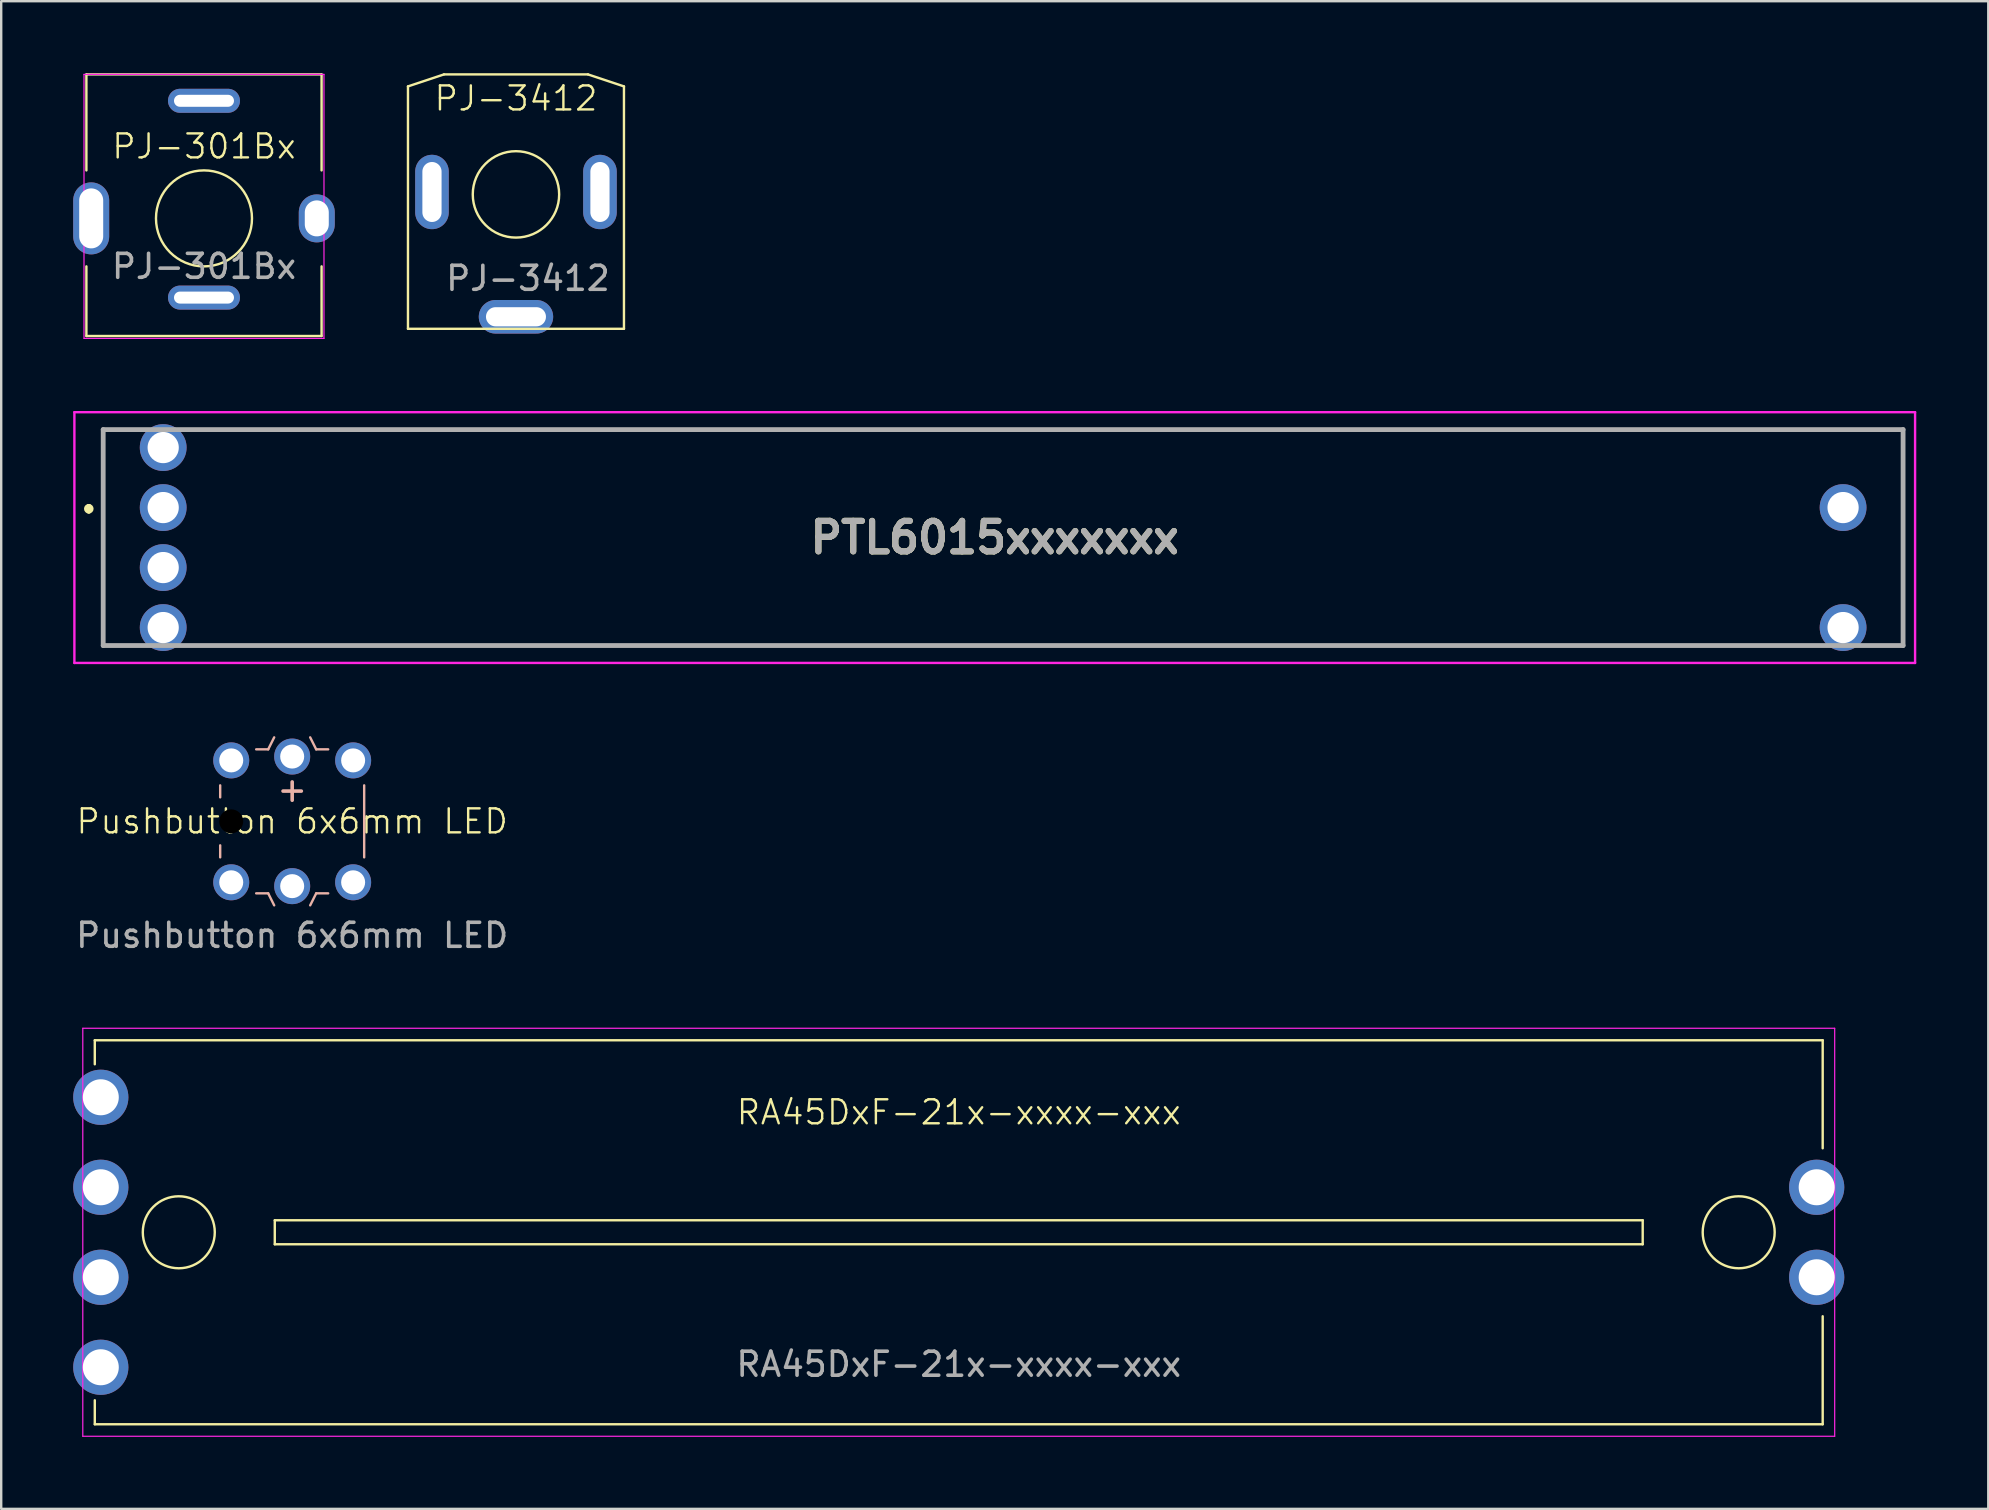
<source format=kicad_pcb>
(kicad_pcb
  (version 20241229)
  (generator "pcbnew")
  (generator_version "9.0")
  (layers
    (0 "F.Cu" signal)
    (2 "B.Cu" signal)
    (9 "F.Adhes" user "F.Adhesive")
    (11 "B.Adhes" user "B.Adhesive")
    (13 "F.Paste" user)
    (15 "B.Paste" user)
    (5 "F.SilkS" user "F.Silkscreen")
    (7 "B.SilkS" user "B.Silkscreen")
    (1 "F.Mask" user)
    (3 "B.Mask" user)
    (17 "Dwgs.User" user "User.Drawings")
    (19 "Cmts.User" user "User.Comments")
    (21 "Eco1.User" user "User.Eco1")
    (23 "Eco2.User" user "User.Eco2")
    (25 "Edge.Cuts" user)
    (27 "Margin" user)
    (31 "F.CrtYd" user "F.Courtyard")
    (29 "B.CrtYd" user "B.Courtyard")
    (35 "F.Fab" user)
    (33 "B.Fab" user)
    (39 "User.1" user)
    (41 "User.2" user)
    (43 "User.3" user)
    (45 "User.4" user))
  (footprint "Pushbutton 6x6mm LED"
    (layer "F.Cu")
    (at 9.125 31.175)
    (property "Reference" "Pushbutton 6x6mm LED" (at 0 0 0) (unlocked yes) (layer "F.SilkS") (effects (font (size 1 1) (thickness 0.1))))
    (attr through_hole)
    (fp_line (start -3 -1.5) (end -3 -1) (stroke (width 0.1) (type default)) (layer "B.SilkS"))
    (fp_line (start -3 1) (end -3 1.5) (stroke (width 0.1) (type default)) (layer "B.SilkS"))
    (fp_line (start -1.5 -3) (end -1 -3) (stroke (width 0.1) (type default)) (layer "B.SilkS"))
    (fp_line (start -1.5 3) (end -1 3) (stroke (width 0.1) (type default)) (layer "B.SilkS"))
    (fp_line (start -1 3) (end -0.75 3.5) (stroke (width 0.1) (type default)) (layer "B.SilkS"))
    (fp_line (start -0.75 -3.5) (end -1 -3) (stroke (width 0.1) (type default)) (layer "B.SilkS"))
    (fp_line (start 0.75 -3.5) (end 1 -3) (stroke (width 0.1) (type default)) (layer "B.SilkS"))
    (fp_line (start 1 -3) (end 1.5 -3) (stroke (width 0.1) (type default)) (layer "B.SilkS"))
    (fp_line (start 1 3) (end 0.75 3.5) (stroke (width 0.1) (type default)) (layer "B.SilkS"))
    (fp_line (start 1 3) (end 1.5 3) (stroke (width 0.1) (type default)) (layer "B.SilkS"))
    (fp_line (start 3 -1.5) (end 3 1.5) (stroke (width 0.1) (type default)) (layer "B.SilkS"))
    (fp_text user "+" (at 0 -0.75 0) (unlocked yes) (layer "B.SilkS") (effects (font (size 1 1) (thickness 0.15)) (justify bottom mirror)))
    (fp_text user "${REFERENCE}" (at 0 4.75 0) (unlocked yes) (layer "F.Fab") (effects (font (size 1 1) (thickness 0.15))))
    (pad "" np_thru_hole circle (at -2.54 0) (size 1.5 1.5) (drill 1) (layers "*.Mask"))
    (pad "1" thru_hole circle (at 2.54 -2.54) (size 1.5 1.5) (drill 1) (layers "*.Cu" "*.Mask"))
    (pad "1" thru_hole circle (at 2.54 2.54) (size 1.5 1.5) (drill 1) (layers "*.Cu" "*.Mask"))
    (pad "2" thru_hole circle (at -2.54 -2.54) (size 1.5 1.5) (drill 1) (layers "*.Cu" "*.Mask"))
    (pad "2" thru_hole circle (at -2.54 2.54) (size 1.5 1.5) (drill 1) (layers "*.Cu" "*.Mask"))
    (pad "3" thru_hole circle (at 0 2.7) (size 1.5 1.5) (drill 1) (layers "*.Cu" "*.Mask"))
    (pad "4" thru_hole circle (at 0 -2.7) (size 1.5 1.5) (drill 1) (layers "*.Cu" "*.Mask")))
  (footprint "RA45DxF-21x-xxxx-xxx"
    (layer "F.Cu")
    (at 36.9 48.298)
    (property "Reference" "RA45DxF-21x-xxxx-xxx" (at 0 -5 0) (unlocked yes) (layer "F.SilkS") (effects (font (size 1 1) (thickness 0.1))))
    (attr through_hole)
    (fp_line (start -36 -8) (end -36 -7) (stroke (width 0.1) (type default)) (layer "F.SilkS"))
    (fp_line (start -36 7) (end -36 8) (stroke (width 0.1) (type default)) (layer "F.SilkS"))
    (fp_line (start -36 8) (end 36 8) (stroke (width 0.1) (type default)) (layer "F.SilkS"))
    (fp_line (start -28.5 -0.5) (end -28.5 0.5) (stroke (width 0.1) (type default)) (layer "F.SilkS"))
    (fp_line (start -28.5 -0.5) (end 28.5 -0.5) (stroke (width 0.1) (type default)) (layer "F.SilkS"))
    (fp_line (start 28.5 -0.5) (end 28.5 0.5) (stroke (width 0.1) (type default)) (layer "F.SilkS"))
    (fp_line (start 28.5 0.5) (end -28.5 0.5) (stroke (width 0.1) (type default)) (layer "F.SilkS"))
    (fp_line (start 36 -8) (end -36 -8) (stroke (width 0.1) (type default)) (layer "F.SilkS"))
    (fp_line (start 36 -3.5) (end 36 -8) (stroke (width 0.1) (type default)) (layer "F.SilkS"))
    (fp_line (start 36 8) (end 36 3.5) (stroke (width 0.1) (type default)) (layer "F.SilkS"))
    (fp_circle (center -32.5 0) (end -31 0) (stroke (width 0.1) (type default)) (fill no) (layer "F.SilkS"))
    (fp_circle (center 32.5 0) (end 34 0) (stroke (width 0.1) (type default)) (fill no) (layer "F.SilkS"))
    (fp_line (start -36.5 -8.5) (end 36.5 -8.5) (stroke (width 0.05) (type default)) (layer "F.CrtYd"))
    (fp_line (start -36.5 8.5) (end -36.5 -8.5) (stroke (width 0.05) (type default)) (layer "F.CrtYd"))
    (fp_line (start 36.5 -8.5) (end 36.5 8.5) (stroke (width 0.05) (type default)) (layer "F.CrtYd"))
    (fp_line (start 36.5 8.5) (end -36.5 8.5) (stroke (width 0.05) (type default)) (layer "F.CrtYd"))
    (fp_text user "${REFERENCE}" (at 0 5.5 0) (unlocked yes) (layer "F.Fab") (effects (font (size 1 1) (thickness 0.15))))
    (pad "1" thru_hole circle (at -35.75 -1.875) (size 2.3 2.3) (drill 1.5) (layers "*.Cu" "*.Mask"))
    (pad "2" thru_hole circle (at -35.75 -5.625) (size 2.3 2.3) (drill 1.5) (layers "*.Cu" "*.Mask"))
    (pad "3" thru_hole circle (at 35.75 -1.875) (size 2.3 2.3) (drill 1.5) (layers "*.Cu" "*.Mask"))
    (pad "4" thru_hole circle (at -35.75 1.875) (size 2.3 2.3) (drill 1.5) (layers "*.Cu" "*.Mask"))
    (pad "5" thru_hole circle (at -35.75 5.625) (size 2.3 2.3) (drill 1.5) (layers "*.Cu" "*.Mask"))
    (pad "6" thru_hole circle (at 35.75 1.875) (size 2.3 2.3) (drill 1.5) (layers "*.Cu" "*.Mask")))
  (footprint "PTL6015xxxxxxx"
    (layer "F.Cu")
    (at 38.75 19.35)
    (property "Reference" "PTL6015xxxxxxx" (at -0.35 0 0) (layer "F.SilkS") (effects (font (size 1.27 1.27) (thickness 0.254))))
    (attr through_hole)
    (fp_line (start -38.1 -1.3) (end -38.1 -1.3) (stroke (width 0.2) (type solid)) (layer "F.SilkS"))
    (fp_line (start -38.1 -1.1) (end -38.1 -1.1) (stroke (width 0.2) (type solid)) (layer "F.SilkS"))
    (fp_line (start -37.5 -4.5) (end -37.5 4.5) (stroke (width 0.1) (type solid)) (layer "F.SilkS"))
    (fp_line (start -37.5 4.5) (end -36.5 4.5) (stroke (width 0.1) (type solid)) (layer "F.SilkS"))
    (fp_line (start -36.5 -4.5) (end -37.5 -4.5) (stroke (width 0.1) (type solid)) (layer "F.SilkS"))
    (fp_line (start -33.5 4.5) (end 33.5 4.5) (stroke (width 0.1) (type solid)) (layer "F.SilkS"))
    (fp_line (start 36.5 4.5) (end 37.5 4.5) (stroke (width 0.1) (type solid)) (layer "F.SilkS"))
    (fp_line (start 37.5 -4.5) (end -33.5 -4.5) (stroke (width 0.1) (type solid)) (layer "F.SilkS"))
    (fp_line (start 37.5 4.5) (end 37.5 -4.5) (stroke (width 0.1) (type solid)) (layer "F.SilkS"))
    (fp_arc (start -38.1 -1.3) (mid -38 -1.2) (end -38.1 -1.1) (stroke (width 0.2) (type solid)) (layer "F.SilkS"))
    (fp_arc (start -38.1 -1.1) (mid -38.2 -1.2) (end -38.1 -1.3) (stroke (width 0.2) (type solid)) (layer "F.SilkS"))
    (fp_line (start -38.7 -5.225) (end 38 -5.225) (stroke (width 0.1) (type solid)) (layer "F.CrtYd"))
    (fp_line (start -38.7 5.225) (end -38.7 -5.225) (stroke (width 0.1) (type solid)) (layer "F.CrtYd"))
    (fp_line (start 38 -5.225) (end 38 5.225) (stroke (width 0.1) (type solid)) (layer "F.CrtYd"))
    (fp_line (start 38 5.225) (end -38.7 5.225) (stroke (width 0.1) (type solid)) (layer "F.CrtYd"))
    (fp_line (start -37.5 -4.5) (end 37.5 -4.5) (stroke (width 0.2) (type solid)) (layer "F.Fab"))
    (fp_line (start -37.5 4.5) (end -37.5 -4.5) (stroke (width 0.2) (type solid)) (layer "F.Fab"))
    (fp_line (start 37.5 -4.5) (end 37.5 4.5) (stroke (width 0.2) (type solid)) (layer "F.Fab"))
    (fp_line (start 37.5 4.5) (end -37.5 4.5) (stroke (width 0.2) (type solid)) (layer "F.Fab"))
    (fp_text user "${REFERENCE}" (at -0.35 0 0) (layer "F.Fab") (effects (font (size 1.27 1.27) (thickness 0.254))))
    (pad "1" thru_hole circle (at -35 -1.25) (size 1.95 1.95) (drill 1.3) (layers "*.Cu" "*.Mask"))
    (pad "2" thru_hole circle (at -35 -3.75) (size 1.95 1.95) (drill 1.3) (layers "*.Cu" "*.Mask"))
    (pad "3" thru_hole circle (at 35 -1.25) (size 1.95 1.95) (drill 1.3) (layers "*.Cu" "*.Mask"))
    (pad "B1" thru_hole circle (at 35 3.75) (size 1.95 1.95) (drill 1.3) (layers "*.Cu" "*.Mask"))
    (pad "E1" thru_hole circle (at -35 3.75) (size 1.95 1.95) (drill 1.3) (layers "*.Cu" "*.Mask"))
    (pad "L1" thru_hole circle (at -35 1.25) (size 1.95 1.95) (drill 1.3) (layers "*.Cu" "*.Mask")))
  (footprint "PJ-301Bx"
    (layer "F.Cu")
    (at 5.45 6.05)
    (property "Reference" "PJ-301Bx" (at 0 -3 0) (unlocked yes) (layer "F.SilkS") (effects (font (size 1 1) (thickness 0.1))))
    (attr through_hole)
    (fp_line (start -4.9 -6) (end -4.9 -2) (stroke (width 0.1) (type default)) (layer "F.SilkS"))
    (fp_line (start -4.9 -6) (end 4.9 -6) (stroke (width 0.1) (type default)) (layer "F.SilkS"))
    (fp_line (start -4.9 4.9) (end -4.9 2) (stroke (width 0.1) (type default)) (layer "F.SilkS"))
    (fp_line (start -4.9 4.9) (end 4.9 4.9) (stroke (width 0.1) (type default)) (layer "F.SilkS"))
    (fp_line (start 4.9 -6) (end 4.9 -2) (stroke (width 0.1) (type default)) (layer "F.SilkS"))
    (fp_line (start 4.9 4.9) (end 4.9 2) (stroke (width 0.1) (type default)) (layer "F.SilkS"))
    (fp_circle (center 0 0) (end 2 0) (stroke (width 0.1) (type default)) (fill no) (layer "F.SilkS"))
    (fp_line (start -5 -6) (end -5 5) (stroke (width 0.05) (type default)) (layer "F.CrtYd"))
    (fp_line (start -5 5) (end 5 5) (stroke (width 0.05) (type default)) (layer "F.CrtYd"))
    (fp_line (start 5 -6) (end -5 -6) (stroke (width 0.05) (type default)) (layer "F.CrtYd"))
    (fp_line (start 5 5) (end 5 -6) (stroke (width 0.05) (type default)) (layer "F.CrtYd"))
    (fp_text user "${REFERENCE}" (at 0 2 0) (unlocked yes) (layer "F.Fab") (effects (font (size 1 1) (thickness 0.15))))
    (pad "S" thru_hole oval (at -4.7 0) (size 1.5 3) (drill oval 1 2.5) (layers "*.Cu" "*.Mask"))
    (pad "S" thru_hole oval (at 4.7 0) (size 1.5 2) (drill oval 1 1.5) (layers "*.Cu" "*.Mask"))
    (pad "T" thru_hole oval (at 0 -4.9 90) (size 1 3) (drill oval 0.5 2.5) (layers "*.Cu" "*.Mask"))
    (pad "TN" thru_hole oval (at 0 3.3 90) (size 1 3) (drill oval 0.5 2.5) (layers "*.Cu" "*.Mask")))
  (footprint "PJ-3412"
    (layer "F.Cu")
    (at 18.45 5.05)
    (property "Reference" "PJ-3412" (at 0 -4 0) (unlocked yes) (layer "F.SilkS") (effects (font (size 1 1) (thickness 0.1))))
    (attr through_hole)
    (fp_line (start -4.5 -4.5) (end -4.5 5.6) (stroke (width 0.1) (type default)) (layer "F.SilkS"))
    (fp_line (start -4.5 -4.5) (end -3 -5) (stroke (width 0.1) (type default)) (layer "F.SilkS"))
    (fp_line (start -4.5 5.6) (end 4.5 5.6) (stroke (width 0.1) (type default)) (layer "F.SilkS"))
    (fp_line (start 3 -5) (end -3 -5) (stroke (width 0.1) (type default)) (layer "F.SilkS"))
    (fp_line (start 4.5 -4.5) (end 3 -5) (stroke (width 0.1) (type default)) (layer "F.SilkS"))
    (fp_line (start 4.5 5.6) (end 4.5 -4.5) (stroke (width 0.1) (type default)) (layer "F.SilkS"))
    (fp_circle (center 0 0) (end 1.8 0) (stroke (width 0.1) (type default)) (fill no) (layer "F.SilkS"))
    (fp_text user "${REFERENCE}" (at 0.5 3.5 0) (unlocked yes) (layer "F.Fab") (effects (font (size 1 1) (thickness 0.15))))
    (pad "S" thru_hole oval (at 3.5 -0.1 270) (size 3.1 1.4) (drill oval 2.5 0.8) (layers "*.Cu" "*.Mask"))
    (pad "T" thru_hole oval (at 0 5.1) (size 3.1 1.4) (drill oval 2.5 0.8) (layers "*.Cu" "*.Mask"))
    (pad "TN" thru_hole oval (at -3.5 -0.1 90) (size 3.1 1.4) (drill oval 2.5 0.8) (layers "*.Cu" "*.Mask")))
  (gr_rect
    (start -3 -3)
    (end 79.8 59.823)
    (stroke (width 0.1) (type default))
    (fill no)
    (layer "Edge.Cuts")))
</source>
